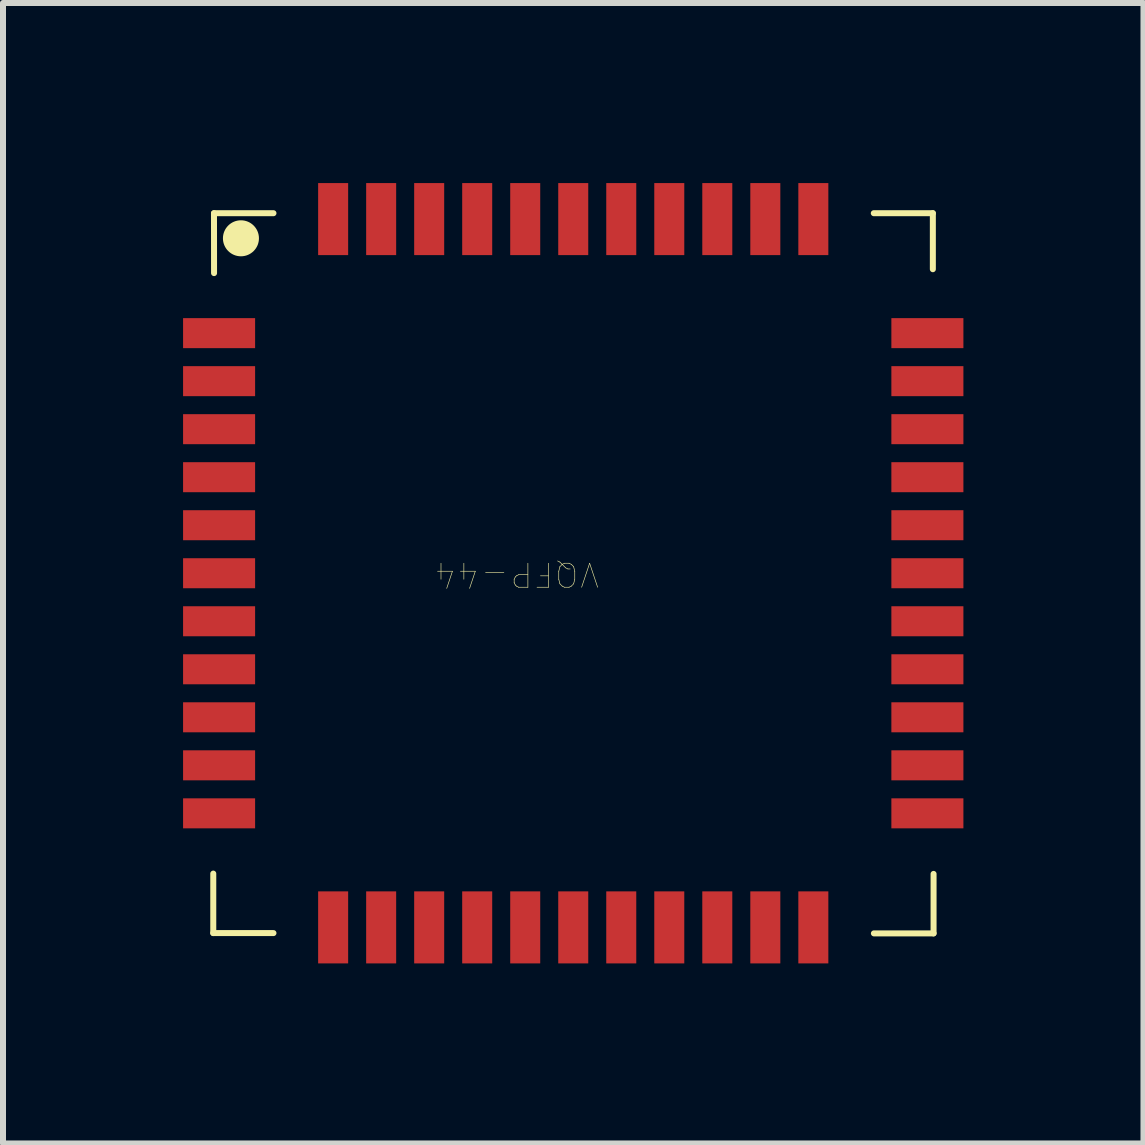
<source format=kicad_pcb>
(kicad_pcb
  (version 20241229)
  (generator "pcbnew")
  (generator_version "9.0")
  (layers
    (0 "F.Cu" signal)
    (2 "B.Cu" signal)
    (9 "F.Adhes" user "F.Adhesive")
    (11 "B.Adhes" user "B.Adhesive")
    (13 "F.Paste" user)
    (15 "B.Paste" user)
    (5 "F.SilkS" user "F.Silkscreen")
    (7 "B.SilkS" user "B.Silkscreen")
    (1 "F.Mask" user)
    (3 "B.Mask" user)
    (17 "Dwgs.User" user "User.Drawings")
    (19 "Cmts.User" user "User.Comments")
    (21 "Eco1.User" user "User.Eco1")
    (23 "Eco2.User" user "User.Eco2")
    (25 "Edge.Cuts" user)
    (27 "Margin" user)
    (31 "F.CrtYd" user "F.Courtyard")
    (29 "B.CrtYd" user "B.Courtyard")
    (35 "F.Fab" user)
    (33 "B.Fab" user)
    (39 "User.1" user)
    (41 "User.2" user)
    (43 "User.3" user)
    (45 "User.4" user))
  (footprint "VQFP-44"
    (layer "F.Cu")
    (at 6.5 6.5)
    (property "Reference" "VQFP-44" (at 0.451 -0.216 180) (unlocked yes) (layer "F.SilkS") (effects (font (size 0.4 0.4) (thickness 0.01)) (justify left bottom)))
    (fp_line (start -5.997 5.995) (end -5.997 5.004) (stroke (width 0.1) (type default)) (layer "F.SilkS"))
    (fp_line (start -5.985 -5.998) (end -4.994 -5.998) (stroke (width 0.1) (type default)) (layer "F.SilkS"))
    (fp_line (start -5.984 -5) (end -5.985 -5.998) (stroke (width 0.1) (type default)) (layer "F.SilkS"))
    (fp_line (start -4.994 5.995) (end -5.997 5.995) (stroke (width 0.1) (type default)) (layer "F.SilkS"))
    (fp_line (start 5.007 -5.998) (end 5.991 -5.998) (stroke (width 0.1) (type default)) (layer "F.SilkS"))
    (fp_line (start 5.009 6) (end 6.003 6) (stroke (width 0.1) (type default)) (layer "F.SilkS"))
    (fp_line (start 5.991 -5.998) (end 5.991 -5.065) (stroke (width 0.1) (type default)) (layer "F.SilkS"))
    (fp_line (start 6.003 6) (end 6.003 5.009) (stroke (width 0.1) (type default)) (layer "F.SilkS"))
    (fp_circle (center -5.536 -5.58) (end -5.286 -5.58) (stroke (width 0.1) (type solid)) (fill yes) (layer "F.SilkS"))
    (fp_line (start -6 -6) (end -6 -6) (stroke (width 0.05) (type solid)) (layer "User.5"))
    (fp_line (start -6 -6) (end -6 6) (stroke (width 0.05) (type solid)) (layer "User.5"))
    (fp_line (start 6 -6) (end -6 -6) (stroke (width 0.05) (type solid)) (layer "User.5"))
    (fp_line (start 6 -6) (end 6 6) (stroke (width 0.05) (type solid)) (layer "User.5"))
    (fp_line (start 6 6) (end -6 6) (stroke (width 0.05) (type solid)) (layer "User.5"))
    (fp_text user "23" (at 5.657 4.077 180) (unlocked yes) (layer "User.5") (effects (font (face "Arial") (size 0.441 0.441) (thickness 0.254)) (justify left bottom)))
    (fp_text user "22" (at 4.844 5.27 180) (unlocked yes) (layer "User.5") (effects (font (face "Arial") (size 0.441 0.441) (thickness 0.254)) (justify left bottom)))
    (fp_text user "44" (at -4.325 -5.753 180) (unlocked yes) (layer "User.5") (effects (font (face "Arial") (size 0.441 0.441) (thickness 0.254)) (justify left bottom)))
    (fp_text user "12" (at -4.376 5.245 180) (unlocked yes) (layer "User.5") (effects (font (face "Arial") (size 0.441 0.441) (thickness 0.254)) (justify left bottom)))
    (fp_text user "1" (at -5.595 -4.407 180) (unlocked yes) (layer "User.5") (effects (font (face "Arial") (size 0.441 0.441) (thickness 0.254)) (justify left bottom)))
    (fp_text user "34" (at 4.819 -5.626 180) (unlocked yes) (layer "User.5") (effects (font (face "Arial") (size 0.441 0.441) (thickness 0.254)) (justify left bottom)))
    (fp_text user "33" (at 5.733 -4.458 180) (unlocked yes) (layer "User.5") (effects (font (face "Arial") (size 0.441 0.441) (thickness 0.254)) (justify left bottom)))
    (fp_text user "11" (at -5.316 4.229 180) (unlocked yes) (layer "User.5") (effects (font (face "Arial") (size 0.441 0.441) (thickness 0.254)) (justify left bottom)))
    (pad "1" smd rect (at -5.9 -4) (size 1.2 0.5) (layers "F.Cu" "F.Mask" "F.Paste"))
    (pad "2" smd rect (at -5.9 -3.2) (size 1.2 0.5) (layers "F.Cu" "F.Mask" "F.Paste"))
    (pad "3" smd rect (at -5.9 -2.4) (size 1.2 0.5) (layers "F.Cu" "F.Mask" "F.Paste"))
    (pad "4" smd rect (at -5.9 -1.6) (size 1.2 0.5) (layers "F.Cu" "F.Mask" "F.Paste"))
    (pad "5" smd rect (at -5.9 -0.8) (size 1.2 0.5) (layers "F.Cu" "F.Mask" "F.Paste"))
    (pad "6" smd rect (at -5.9 0) (size 1.2 0.5) (layers "F.Cu" "F.Mask" "F.Paste"))
    (pad "7" smd rect (at -5.9 0.8) (size 1.2 0.5) (layers "F.Cu" "F.Mask" "F.Paste"))
    (pad "8" smd rect (at -5.9 1.6) (size 1.2 0.5) (layers "F.Cu" "F.Mask" "F.Paste"))
    (pad "9" smd rect (at -5.9 2.4) (size 1.2 0.5) (layers "F.Cu" "F.Mask" "F.Paste"))
    (pad "10" smd rect (at -5.9 3.2) (size 1.2 0.5) (layers "F.Cu" "F.Mask" "F.Paste"))
    (pad "11" smd rect (at -5.9 4) (size 1.2 0.5) (layers "F.Cu" "F.Mask" "F.Paste"))
    (pad "12" smd rect (at -4 5.9 90) (size 1.2 0.5) (layers "F.Cu" "F.Mask" "F.Paste"))
    (pad "13" smd rect (at -3.2 5.9 90) (size 1.2 0.5) (layers "F.Cu" "F.Mask" "F.Paste"))
    (pad "14" smd rect (at -2.4 5.9 90) (size 1.2 0.5) (layers "F.Cu" "F.Mask" "F.Paste"))
    (pad "15" smd rect (at -1.6 5.9 90) (size 1.2 0.5) (layers "F.Cu" "F.Mask" "F.Paste"))
    (pad "16" smd rect (at -0.8 5.9 90) (size 1.2 0.5) (layers "F.Cu" "F.Mask" "F.Paste"))
    (pad "17" smd rect (at 0.00008 5.9 90) (size 1.2 0.5) (layers "F.Cu" "F.Mask" "F.Paste"))
    (pad "18" smd rect (at 0.8 5.9 90) (size 1.2 0.5) (layers "F.Cu" "F.Mask" "F.Paste"))
    (pad "19" smd rect (at 1.6 5.9 90) (size 1.2 0.5) (layers "F.Cu" "F.Mask" "F.Paste"))
    (pad "20" smd rect (at 2.4 5.9 90) (size 1.2 0.5) (layers "F.Cu" "F.Mask" "F.Paste"))
    (pad "21" smd rect (at 3.2 5.9 90) (size 1.2 0.5) (layers "F.Cu" "F.Mask" "F.Paste"))
    (pad "22" smd rect (at 4 5.9 90) (size 1.2 0.5) (layers "F.Cu" "F.Mask" "F.Paste"))
    (pad "23" smd rect (at 5.9 4) (size 1.2 0.5) (layers "F.Cu" "F.Mask" "F.Paste"))
    (pad "24" smd rect (at 5.9 3.2) (size 1.2 0.5) (layers "F.Cu" "F.Mask" "F.Paste"))
    (pad "25" smd rect (at 5.9 2.4) (size 1.2 0.5) (layers "F.Cu" "F.Mask" "F.Paste"))
    (pad "26" smd rect (at 5.9 1.6) (size 1.2 0.5) (layers "F.Cu" "F.Mask" "F.Paste"))
    (pad "27" smd rect (at 5.9 0.8) (size 1.2 0.5) (layers "F.Cu" "F.Mask" "F.Paste"))
    (pad "28" smd rect (at 5.9 0) (size 1.2 0.5) (layers "F.Cu" "F.Mask" "F.Paste"))
    (pad "29" smd rect (at 5.9 -0.8) (size 1.2 0.5) (layers "F.Cu" "F.Mask" "F.Paste"))
    (pad "30" smd rect (at 5.9 -1.6) (size 1.2 0.5) (layers "F.Cu" "F.Mask" "F.Paste"))
    (pad "31" smd rect (at 5.9 -2.4) (size 1.2 0.5) (layers "F.Cu" "F.Mask" "F.Paste"))
    (pad "32" smd rect (at 5.9 -3.2) (size 1.2 0.5) (layers "F.Cu" "F.Mask" "F.Paste"))
    (pad "33" smd rect (at 5.9 -4) (size 1.2 0.5) (layers "F.Cu" "F.Mask" "F.Paste"))
    (pad "34" smd rect (at 4 -5.9 90) (size 1.2 0.5) (layers "F.Cu" "F.Mask" "F.Paste"))
    (pad "35" smd rect (at 3.2 -5.9 90) (size 1.2 0.5) (layers "F.Cu" "F.Mask" "F.Paste"))
    (pad "36" smd rect (at 2.4 -5.9 90) (size 1.2 0.5) (layers "F.Cu" "F.Mask" "F.Paste"))
    (pad "37" smd rect (at 1.6 -5.9 90) (size 1.2 0.5) (layers "F.Cu" "F.Mask" "F.Paste"))
    (pad "38" smd rect (at 0.8 -5.9 90) (size 1.2 0.5) (layers "F.Cu" "F.Mask" "F.Paste"))
    (pad "39" smd rect (at 0.00008 -5.9 90) (size 1.2 0.5) (layers "F.Cu" "F.Mask" "F.Paste"))
    (pad "40" smd rect (at -0.8 -5.9 90) (size 1.2 0.5) (layers "F.Cu" "F.Mask" "F.Paste"))
    (pad "41" smd rect (at -1.6 -5.9 90) (size 1.2 0.5) (layers "F.Cu" "F.Mask" "F.Paste"))
    (pad "42" smd rect (at -2.4 -5.9 90) (size 1.2 0.5) (layers "F.Cu" "F.Mask" "F.Paste"))
    (pad "43" smd rect (at -3.2 -5.9 90) (size 1.2 0.5) (layers "F.Cu" "F.Mask" "F.Paste"))
    (pad "44" smd rect (at -4 -5.9 90) (size 1.2 0.5) (layers "F.Cu" "F.Mask" "F.Paste")))
  (gr_rect
    (start -3 -3)
    (end 16 16)
    (stroke (width 0.1) (type default))
    (fill no)
    (layer "Edge.Cuts")))
</source>
